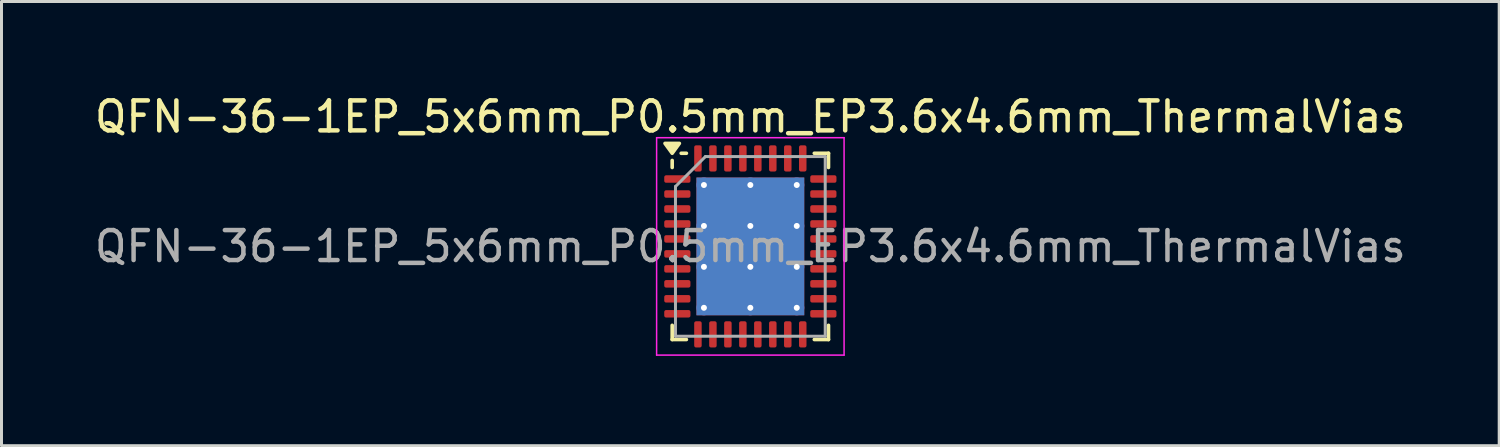
<source format=kicad_pcb>
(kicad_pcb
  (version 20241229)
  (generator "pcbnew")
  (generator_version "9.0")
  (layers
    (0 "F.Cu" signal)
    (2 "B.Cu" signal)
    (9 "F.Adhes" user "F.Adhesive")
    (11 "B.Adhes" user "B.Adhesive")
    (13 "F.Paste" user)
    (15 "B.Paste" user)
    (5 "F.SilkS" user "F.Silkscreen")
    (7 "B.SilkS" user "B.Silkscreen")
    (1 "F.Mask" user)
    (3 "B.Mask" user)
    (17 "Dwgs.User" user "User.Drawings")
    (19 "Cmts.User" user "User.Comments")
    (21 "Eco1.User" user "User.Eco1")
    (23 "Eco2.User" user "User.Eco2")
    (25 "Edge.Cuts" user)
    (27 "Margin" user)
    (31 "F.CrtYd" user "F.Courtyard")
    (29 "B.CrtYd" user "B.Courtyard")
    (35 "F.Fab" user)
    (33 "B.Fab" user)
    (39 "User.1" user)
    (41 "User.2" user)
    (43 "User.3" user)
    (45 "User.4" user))
  (footprint "QFN-36-1EP_5x6mm_P0.5mm_EP3.6x4.6mm_ThermalVias"
    (layer "F.Cu")
    (at 22.006 5.178)
    (property "Reference" "QFN-36-1EP_5x6mm_P0.5mm_EP3.6x4.6mm_ThermalVias" (at 0 -4.33 0) (layer "F.SilkS") (effects (font (size 1 1) (thickness 0.15))))
    (attr smd)
    (fp_line (start -2.61 -2.635) (end -2.61 -2.87) (stroke (width 0.12) (type solid)) (layer "F.SilkS"))
    (fp_line (start -2.61 3.11) (end -2.61 2.635) (stroke (width 0.12) (type solid)) (layer "F.SilkS"))
    (fp_line (start -2.135 -3.11) (end -2.31 -3.11) (stroke (width 0.12) (type solid)) (layer "F.SilkS"))
    (fp_line (start -2.135 3.11) (end -2.61 3.11) (stroke (width 0.12) (type solid)) (layer "F.SilkS"))
    (fp_line (start 2.135 -3.11) (end 2.61 -3.11) (stroke (width 0.12) (type solid)) (layer "F.SilkS"))
    (fp_line (start 2.135 3.11) (end 2.61 3.11) (stroke (width 0.12) (type solid)) (layer "F.SilkS"))
    (fp_line (start 2.61 -3.11) (end 2.61 -2.635) (stroke (width 0.12) (type solid)) (layer "F.SilkS"))
    (fp_line (start 2.61 3.11) (end 2.61 2.635) (stroke (width 0.12) (type solid)) (layer "F.SilkS"))
    (fp_poly (pts (xy -2.61 -3.11) (xy -2.85 -3.44) (xy -2.37 -3.44) (xy -2.61 -3.11)) (stroke (width 0.12) (type solid)) (fill yes) (layer "F.SilkS"))
    (fp_line (start -3.13 -3.63) (end -3.13 3.63) (stroke (width 0.05) (type solid)) (layer "F.CrtYd"))
    (fp_line (start -3.13 3.63) (end 3.13 3.63) (stroke (width 0.05) (type solid)) (layer "F.CrtYd"))
    (fp_line (start 3.13 -3.63) (end -3.13 -3.63) (stroke (width 0.05) (type solid)) (layer "F.CrtYd"))
    (fp_line (start 3.13 3.63) (end 3.13 -3.63) (stroke (width 0.05) (type solid)) (layer "F.CrtYd"))
    (fp_line (start -2.5 -2) (end -1.5 -3) (stroke (width 0.1) (type solid)) (layer "F.Fab"))
    (fp_line (start -2.5 3) (end -2.5 -2) (stroke (width 0.1) (type solid)) (layer "F.Fab"))
    (fp_line (start -1.5 -3) (end 2.5 -3) (stroke (width 0.1) (type solid)) (layer "F.Fab"))
    (fp_line (start 2.5 -3) (end 2.5 3) (stroke (width 0.1) (type solid)) (layer "F.Fab"))
    (fp_line (start 2.5 3) (end -2.5 3) (stroke (width 0.1) (type solid)) (layer "F.Fab"))
    (fp_text user "${REFERENCE}" (at 0 0 0) (layer "F.Fab") (effects (font (size 1 1) (thickness 0.15))))
    (pad "" smd roundrect (at -0.775 -1.367) (size 1.394 1.188) (layers "F.Paste") (roundrect_rratio 0.21))
    (pad "" smd roundrect (at -0.775 0) (size 1.394 1.188) (layers "F.Paste") (roundrect_rratio 0.21))
    (pad "" smd roundrect (at -0.775 1.367) (size 1.394 1.188) (layers "F.Paste") (roundrect_rratio 0.21))
    (pad "" smd roundrect (at 0.775 -1.367) (size 1.394 1.188) (layers "F.Paste") (roundrect_rratio 0.21))
    (pad "" smd roundrect (at 0.775 0) (size 1.394 1.188) (layers "F.Paste") (roundrect_rratio 0.21))
    (pad "" smd roundrect (at 0.775 1.367) (size 1.394 1.188) (layers "F.Paste") (roundrect_rratio 0.21))
    (pad "1" smd roundrect (at -2.438 -2.25) (size 0.875 0.25) (layers "F.Cu" "F.Mask" "F.Paste") (roundrect_rratio 0.25))
    (pad "2" smd roundrect (at -2.438 -1.75) (size 0.875 0.25) (layers "F.Cu" "F.Mask" "F.Paste") (roundrect_rratio 0.25))
    (pad "3" smd roundrect (at -2.438 -1.25) (size 0.875 0.25) (layers "F.Cu" "F.Mask" "F.Paste") (roundrect_rratio 0.25))
    (pad "4" smd roundrect (at -2.438 -0.75) (size 0.875 0.25) (layers "F.Cu" "F.Mask" "F.Paste") (roundrect_rratio 0.25))
    (pad "5" smd roundrect (at -2.438 -0.25) (size 0.875 0.25) (layers "F.Cu" "F.Mask" "F.Paste") (roundrect_rratio 0.25))
    (pad "6" smd roundrect (at -2.438 0.25) (size 0.875 0.25) (layers "F.Cu" "F.Mask" "F.Paste") (roundrect_rratio 0.25))
    (pad "7" smd roundrect (at -2.438 0.75) (size 0.875 0.25) (layers "F.Cu" "F.Mask" "F.Paste") (roundrect_rratio 0.25))
    (pad "8" smd roundrect (at -2.438 1.25) (size 0.875 0.25) (layers "F.Cu" "F.Mask" "F.Paste") (roundrect_rratio 0.25))
    (pad "9" smd roundrect (at -2.438 1.75) (size 0.875 0.25) (layers "F.Cu" "F.Mask" "F.Paste") (roundrect_rratio 0.25))
    (pad "10" smd roundrect (at -2.438 2.25) (size 0.875 0.25) (layers "F.Cu" "F.Mask" "F.Paste") (roundrect_rratio 0.25))
    (pad "11" smd roundrect (at -1.75 2.938) (size 0.25 0.875) (layers "F.Cu" "F.Mask" "F.Paste") (roundrect_rratio 0.25))
    (pad "12" smd roundrect (at -1.25 2.938) (size 0.25 0.875) (layers "F.Cu" "F.Mask" "F.Paste") (roundrect_rratio 0.25))
    (pad "13" smd roundrect (at -0.75 2.938) (size 0.25 0.875) (layers "F.Cu" "F.Mask" "F.Paste") (roundrect_rratio 0.25))
    (pad "14" smd roundrect (at -0.25 2.938) (size 0.25 0.875) (layers "F.Cu" "F.Mask" "F.Paste") (roundrect_rratio 0.25))
    (pad "15" smd roundrect (at 0.25 2.938) (size 0.25 0.875) (layers "F.Cu" "F.Mask" "F.Paste") (roundrect_rratio 0.25))
    (pad "16" smd roundrect (at 0.75 2.938) (size 0.25 0.875) (layers "F.Cu" "F.Mask" "F.Paste") (roundrect_rratio 0.25))
    (pad "17" smd roundrect (at 1.25 2.938) (size 0.25 0.875) (layers "F.Cu" "F.Mask" "F.Paste") (roundrect_rratio 0.25))
    (pad "18" smd roundrect (at 1.75 2.938) (size 0.25 0.875) (layers "F.Cu" "F.Mask" "F.Paste") (roundrect_rratio 0.25))
    (pad "19" smd roundrect (at 2.438 2.25) (size 0.875 0.25) (layers "F.Cu" "F.Mask" "F.Paste") (roundrect_rratio 0.25))
    (pad "20" smd roundrect (at 2.438 1.75) (size 0.875 0.25) (layers "F.Cu" "F.Mask" "F.Paste") (roundrect_rratio 0.25))
    (pad "21" smd roundrect (at 2.438 1.25) (size 0.875 0.25) (layers "F.Cu" "F.Mask" "F.Paste") (roundrect_rratio 0.25))
    (pad "22" smd roundrect (at 2.438 0.75) (size 0.875 0.25) (layers "F.Cu" "F.Mask" "F.Paste") (roundrect_rratio 0.25))
    (pad "23" smd roundrect (at 2.438 0.25) (size 0.875 0.25) (layers "F.Cu" "F.Mask" "F.Paste") (roundrect_rratio 0.25))
    (pad "24" smd roundrect (at 2.438 -0.25) (size 0.875 0.25) (layers "F.Cu" "F.Mask" "F.Paste") (roundrect_rratio 0.25))
    (pad "25" smd roundrect (at 2.438 -0.75) (size 0.875 0.25) (layers "F.Cu" "F.Mask" "F.Paste") (roundrect_rratio 0.25))
    (pad "26" smd roundrect (at 2.438 -1.25) (size 0.875 0.25) (layers "F.Cu" "F.Mask" "F.Paste") (roundrect_rratio 0.25))
    (pad "27" smd roundrect (at 2.438 -1.75) (size 0.875 0.25) (layers "F.Cu" "F.Mask" "F.Paste") (roundrect_rratio 0.25))
    (pad "28" smd roundrect (at 2.438 -2.25) (size 0.875 0.25) (layers "F.Cu" "F.Mask" "F.Paste") (roundrect_rratio 0.25))
    (pad "29" smd roundrect (at 1.75 -2.938) (size 0.25 0.875) (layers "F.Cu" "F.Mask" "F.Paste") (roundrect_rratio 0.25))
    (pad "30" smd roundrect (at 1.25 -2.938) (size 0.25 0.875) (layers "F.Cu" "F.Mask" "F.Paste") (roundrect_rratio 0.25))
    (pad "31" smd roundrect (at 0.75 -2.938) (size 0.25 0.875) (layers "F.Cu" "F.Mask" "F.Paste") (roundrect_rratio 0.25))
    (pad "32" smd roundrect (at 0.25 -2.938) (size 0.25 0.875) (layers "F.Cu" "F.Mask" "F.Paste") (roundrect_rratio 0.25))
    (pad "33" smd roundrect (at -0.25 -2.938) (size 0.25 0.875) (layers "F.Cu" "F.Mask" "F.Paste") (roundrect_rratio 0.25))
    (pad "34" smd roundrect (at -0.75 -2.938) (size 0.25 0.875) (layers "F.Cu" "F.Mask" "F.Paste") (roundrect_rratio 0.25))
    (pad "35" smd roundrect (at -1.25 -2.938) (size 0.25 0.875) (layers "F.Cu" "F.Mask" "F.Paste") (roundrect_rratio 0.25))
    (pad "36" smd roundrect (at -1.75 -2.938) (size 0.25 0.875) (layers "F.Cu" "F.Mask" "F.Paste") (roundrect_rratio 0.25))
    (pad "37" thru_hole circle (at -1.55 -2.05) (size 0.5 0.5) (drill 0.2) (property pad_prop_heatsink) (layers "*.Cu"))
    (pad "37" thru_hole circle (at -1.55 -0.683) (size 0.5 0.5) (drill 0.2) (property pad_prop_heatsink) (layers "*.Cu"))
    (pad "37" thru_hole circle (at -1.55 0.683) (size 0.5 0.5) (drill 0.2) (property pad_prop_heatsink) (layers "*.Cu"))
    (pad "37" thru_hole circle (at -1.55 2.05) (size 0.5 0.5) (drill 0.2) (property pad_prop_heatsink) (layers "*.Cu"))
    (pad "37" thru_hole circle (at 0 -2.05) (size 0.5 0.5) (drill 0.2) (property pad_prop_heatsink) (layers "*.Cu"))
    (pad "37" thru_hole circle (at 0 -0.683) (size 0.5 0.5) (drill 0.2) (property pad_prop_heatsink) (layers "*.Cu"))
    (pad "37" smd rect (at 0 0) (size 3.6 4.6) (property pad_prop_heatsink) (layers "F.Cu" "F.Mask"))
    (pad "37" smd rect (at 0 0) (size 3.6 4.6) (property pad_prop_heatsink) (layers "B.Cu"))
    (pad "37" thru_hole circle (at 0 0.683) (size 0.5 0.5) (drill 0.2) (property pad_prop_heatsink) (layers "*.Cu"))
    (pad "37" thru_hole circle (at 0 2.05) (size 0.5 0.5) (drill 0.2) (property pad_prop_heatsink) (layers "*.Cu"))
    (pad "37" thru_hole circle (at 1.55 -2.05) (size 0.5 0.5) (drill 0.2) (property pad_prop_heatsink) (layers "*.Cu"))
    (pad "37" thru_hole circle (at 1.55 -0.683) (size 0.5 0.5) (drill 0.2) (property pad_prop_heatsink) (layers "*.Cu"))
    (pad "37" thru_hole circle (at 1.55 0.683) (size 0.5 0.5) (drill 0.2) (property pad_prop_heatsink) (layers "*.Cu"))
    (pad "37" thru_hole circle (at 1.55 2.05) (size 0.5 0.5) (drill 0.2) (property pad_prop_heatsink) (layers "*.Cu")))
  (gr_rect
    (start -3 -3)
    (end 47.012 11.833)
    (stroke (width 0.1) (type default))
    (fill no)
    (layer "Edge.Cuts")))
</source>
